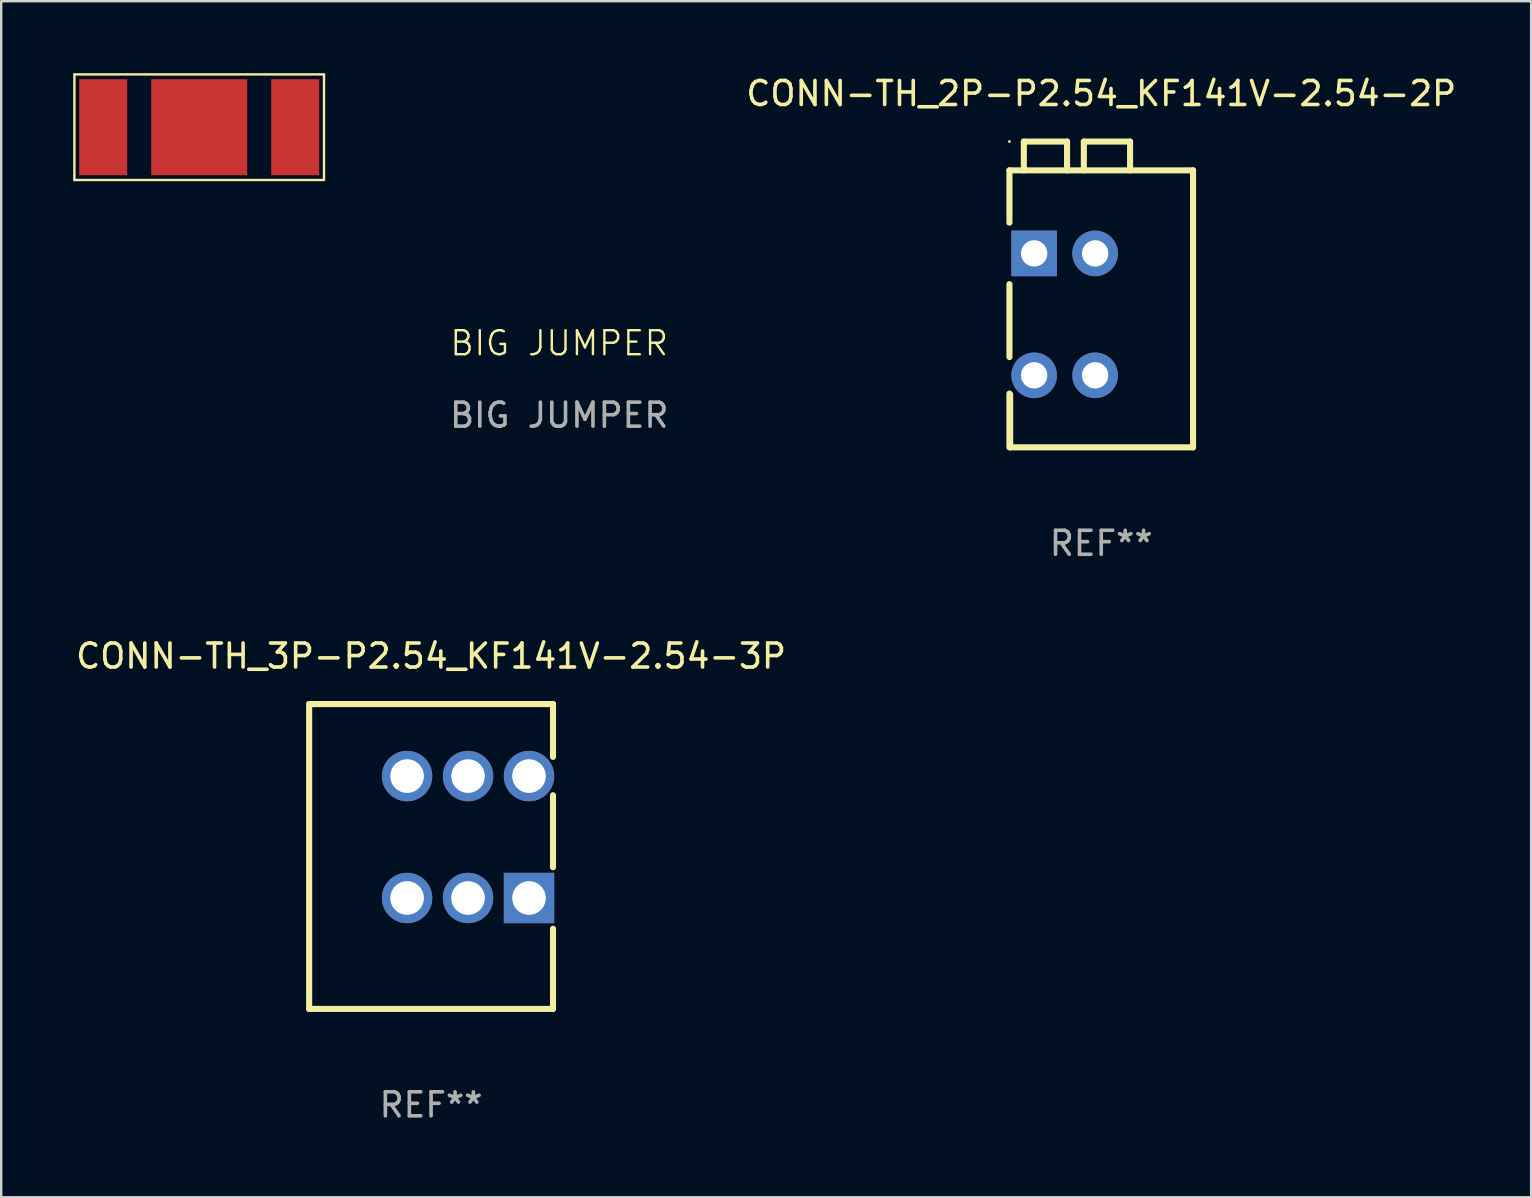
<source format=kicad_pcb>
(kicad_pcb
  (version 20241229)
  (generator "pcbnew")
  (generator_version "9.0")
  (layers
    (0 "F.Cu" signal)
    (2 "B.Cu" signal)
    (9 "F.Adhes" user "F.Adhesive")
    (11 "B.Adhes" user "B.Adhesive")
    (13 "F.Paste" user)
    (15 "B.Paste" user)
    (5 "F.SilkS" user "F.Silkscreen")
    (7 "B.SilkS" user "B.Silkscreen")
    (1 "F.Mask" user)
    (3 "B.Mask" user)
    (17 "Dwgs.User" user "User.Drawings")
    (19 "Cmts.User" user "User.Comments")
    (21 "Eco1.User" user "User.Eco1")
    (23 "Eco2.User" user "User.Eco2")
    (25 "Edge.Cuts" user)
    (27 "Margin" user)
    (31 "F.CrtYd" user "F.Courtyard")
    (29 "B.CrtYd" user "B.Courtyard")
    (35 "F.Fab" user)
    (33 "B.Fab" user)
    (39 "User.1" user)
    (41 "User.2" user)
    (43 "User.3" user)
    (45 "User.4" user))
  (footprint "CONN-TH_3P-P2.54_KF141V-2.54-3P"
    (layer "F.Cu")
    (at 16.451 31.825)
    (property "Reference" "CONN-TH_3P-P2.54_KF141V-2.54-3P" (at -1.54 -7.54 0) (layer "F.SilkS") (effects (font (size 1 1) (thickness 0.15))))
    (attr through_hole)
    (fp_line (start -6.62 -5.54) (end -6.62 7.16) (stroke (width 0.254) (type solid)) (layer "F.SilkS"))
    (fp_line (start 3.54 -5.54) (end -6.62 -5.54) (stroke (width 0.254) (type solid)) (layer "F.SilkS"))
    (fp_line (start 3.54 -5.54) (end 3.54 -3.339) (stroke (width 0.254) (type solid)) (layer "F.SilkS"))
    (fp_line (start 3.54 -1.741) (end 3.54 1.259) (stroke (width 0.254) (type solid)) (layer "F.SilkS"))
    (fp_line (start 3.54 3.821) (end 3.54 7.16) (stroke (width 0.254) (type solid)) (layer "F.SilkS"))
    (fp_line (start 3.54 7.16) (end -6.62 7.16) (stroke (width 0.254) (type solid)) (layer "F.SilkS"))
    (fp_circle (center 3.54 7.16) (end 3.57 7.16) (stroke (width 0.06) (type solid)) (fill no) (layer "F.SilkS"))
    (fp_text user "REF**" (at -1.54 11.16 0) (layer "F.Fab") (effects (font (size 1 1) (thickness 0.15))))
    (pad "1" thru_hole circle (at 2.54 -2.54) (size 2.1 2.1) (drill 1.4) (layers "*.Cu" "*.Mask"))
    (pad "1" thru_hole rect (at 2.54 2.54 180) (size 2.1 2.1) (drill 1.4) (layers "*.Cu" "*.Mask"))
    (pad "2" thru_hole circle (at 0 -2.54) (size 2.1 2.1) (drill 1.4) (layers "*.Cu" "*.Mask"))
    (pad "2" thru_hole circle (at 0 2.54) (size 2.1 2.1) (drill 1.4) (layers "*.Cu" "*.Mask"))
    (pad "3" thru_hole circle (at -2.54 -2.54) (size 2.1 2.1) (drill 1.4) (layers "*.Cu" "*.Mask"))
    (pad "3" thru_hole circle (at -2.54 2.54) (size 2.1 2.1) (drill 1.4) (layers "*.Cu" "*.Mask")))
  (footprint "CONN-TH_2P-P2.54_KF141V-2.54-2P"
    (layer "F.Cu")
    (at 41.308 10.048)
    (property "Reference" "CONN-TH_2P-P2.54_KF141V-2.54-2P" (at 1.525 -9.2 0) (layer "F.SilkS") (effects (font (size 1 1) (thickness 0.15))))
    (attr through_hole)
    (fp_line (start -2.3 -6) (end -2.3 -3.821) (stroke (width 0.254) (type solid)) (layer "F.SilkS"))
    (fp_line (start -2.3 -1.259) (end -2.3 1.78) (stroke (width 0.254) (type solid)) (layer "F.SilkS"))
    (fp_line (start -2.3 3.3) (end -2.3 5.54) (stroke (width 0.254) (type solid)) (layer "F.SilkS"))
    (fp_line (start -2.27 5.54) (end -2.27 3.34) (stroke (width 0.254) (type solid)) (layer "F.SilkS"))
    (fp_line (start -2.27 5.54) (end 5.35 5.54) (stroke (width 0.254) (type solid)) (layer "F.SilkS"))
    (fp_line (start -1.7 -7.2) (end -1.7 -6) (stroke (width 0.254) (type solid)) (layer "F.SilkS"))
    (fp_line (start 0.1 -7.2) (end -1.7 -7.2) (stroke (width 0.254) (type solid)) (layer "F.SilkS"))
    (fp_line (start 0.1 -7.2) (end 0.1 -6) (stroke (width 0.254) (type solid)) (layer "F.SilkS"))
    (fp_line (start 0.8 -7.2) (end 0.8 -6) (stroke (width 0.254) (type solid)) (layer "F.SilkS"))
    (fp_line (start 2.726 -7.2) (end 0.8 -7.2) (stroke (width 0.254) (type solid)) (layer "F.SilkS"))
    (fp_line (start 2.726 -6) (end 2.726 -7.2) (stroke (width 0.254) (type solid)) (layer "F.SilkS"))
    (fp_line (start 5.35 -6) (end -2.3 -6) (stroke (width 0.254) (type solid)) (layer "F.SilkS"))
    (fp_line (start 5.35 5.54) (end 5.35 -6) (stroke (width 0.254) (type solid)) (layer "F.SilkS"))
    (fp_circle (center -2.3 -7.2) (end -2.27 -7.2) (stroke (width 0.06) (type solid)) (fill no) (layer "F.SilkS"))
    (fp_text user "REF**" (at 1.525 9.54 0) (layer "F.Fab") (effects (font (size 1 1) (thickness 0.15))))
    (pad "1" thru_hole circle (at -1.27 2.54) (size 1.9 1.9) (drill 1.1) (layers "*.Cu" "*.Mask"))
    (pad "1" thru_hole rect (at -1.27 -2.54) (size 1.9 1.9) (drill 1.1) (layers "*.Cu" "*.Mask"))
    (pad "2" thru_hole circle (at 1.27 -2.54) (size 1.9 1.9) (drill 1.1) (layers "*.Cu" "*.Mask"))
    (pad "2" thru_hole circle (at 1.27 2.54) (size 1.9 1.9) (drill 1.1) (layers "*.Cu" "*.Mask")))
  (footprint "BIG JUMPER"
    (layer "F.Cu")
    (at 4.25 2.25)
    (property "Reference" "BIG JUMPER" (at 16 9 0) (unlocked yes) (layer "F.SilkS") (effects (font (size 1 1) (thickness 0.1))))
    (attr smd)
    (fp_line (start -4.2 -2.2) (end 6.2 -2.2) (stroke (width 0.1) (type default)) (layer "F.SilkS"))
    (fp_line (start -4.2 2.2) (end -4.2 -2.2) (stroke (width 0.1) (type default)) (layer "F.SilkS"))
    (fp_line (start 6.2 -2.2) (end 6.2 2.2) (stroke (width 0.1) (type default)) (layer "F.SilkS"))
    (fp_line (start 6.2 2.2) (end -4.2 2.2) (stroke (width 0.1) (type default)) (layer "F.SilkS"))
    (fp_text user "${REFERENCE}" (at 16 12 0) (unlocked yes) (layer "F.Fab") (effects (font (size 1 1) (thickness 0.15))))
    (pad "1" smd rect (at 1 0) (size 4 4) (property pad_prop_testpoint) (layers "F.Cu" "F.Mask"))
    (pad "2" smd rect (at -3 0) (size 2 4) (property pad_prop_testpoint) (layers "F.Cu" "F.Mask"))
    (pad "3" smd rect (at 5 0) (size 2 4) (property pad_prop_testpoint) (layers "F.Cu" "F.Mask")))
  (gr_rect
    (start -3 -3)
    (end 60.744 46.833)
    (stroke (width 0.1) (type default))
    (fill no)
    (layer "Edge.Cuts")))
</source>
